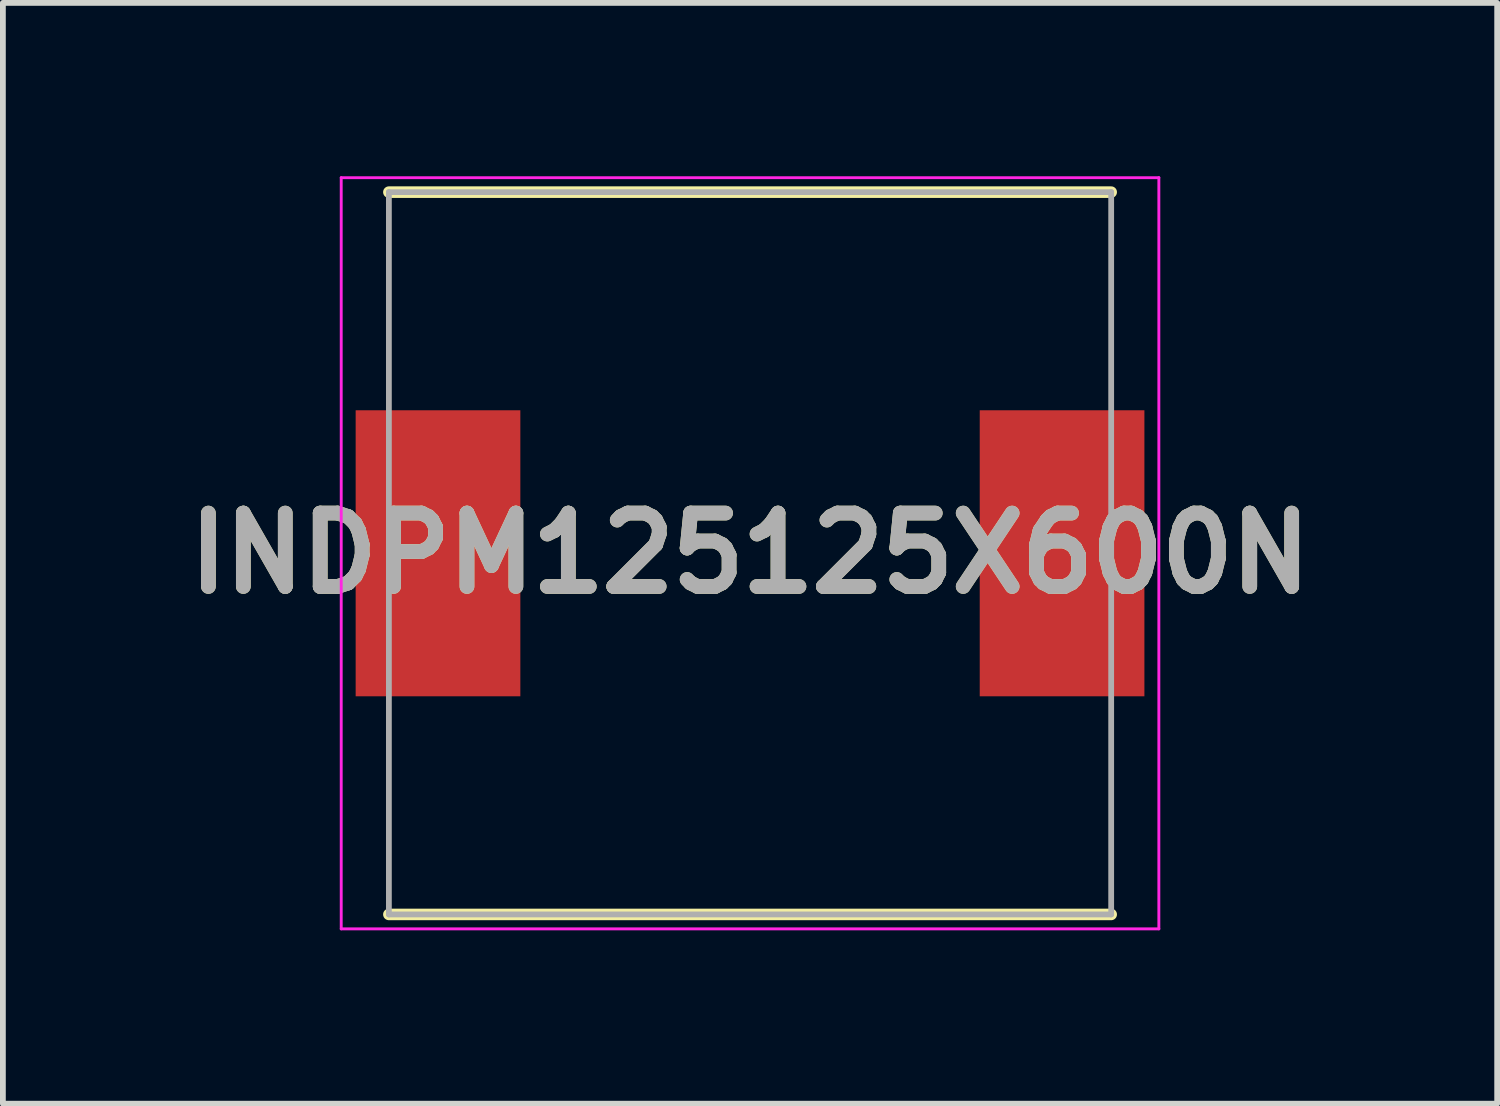
<source format=kicad_pcb>
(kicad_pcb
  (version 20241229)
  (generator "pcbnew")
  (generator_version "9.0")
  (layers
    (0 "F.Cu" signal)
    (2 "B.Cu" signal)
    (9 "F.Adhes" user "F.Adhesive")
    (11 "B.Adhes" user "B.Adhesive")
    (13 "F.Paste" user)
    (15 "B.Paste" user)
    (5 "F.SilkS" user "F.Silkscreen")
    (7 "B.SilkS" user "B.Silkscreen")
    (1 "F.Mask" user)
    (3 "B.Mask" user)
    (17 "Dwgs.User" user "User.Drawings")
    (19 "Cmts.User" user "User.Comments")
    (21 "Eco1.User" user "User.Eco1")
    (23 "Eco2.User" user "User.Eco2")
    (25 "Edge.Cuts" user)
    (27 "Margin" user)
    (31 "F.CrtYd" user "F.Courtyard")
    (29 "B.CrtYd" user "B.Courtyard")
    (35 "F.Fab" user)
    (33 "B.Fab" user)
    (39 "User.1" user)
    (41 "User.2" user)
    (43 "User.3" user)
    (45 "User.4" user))
  (footprint "INDPM125125X600N"
    (layer "F.Cu")
    (at 9.93 6.525)
    (property "Reference" "INDPM125125X600N" (at 0 0 0) (layer "F.SilkS") (effects (font (size 1.27 1.27) (thickness 0.254))))
    (attr smd)
    (fp_line (start -6.25 6.25) (end 6.25 6.25) (stroke (width 0.2) (type solid)) (layer "F.SilkS"))
    (fp_line (start 6.25 -6.25) (end -6.25 -6.25) (stroke (width 0.2) (type solid)) (layer "F.SilkS"))
    (fp_line (start -7.075 -6.5) (end 7.075 -6.5) (stroke (width 0.05) (type solid)) (layer "F.CrtYd"))
    (fp_line (start -7.075 6.5) (end -7.075 -6.5) (stroke (width 0.05) (type solid)) (layer "F.CrtYd"))
    (fp_line (start 7.075 -6.5) (end 7.075 6.5) (stroke (width 0.05) (type solid)) (layer "F.CrtYd"))
    (fp_line (start 7.075 6.5) (end -7.075 6.5) (stroke (width 0.05) (type solid)) (layer "F.CrtYd"))
    (fp_line (start -6.25 -6.25) (end 6.25 -6.25) (stroke (width 0.1) (type solid)) (layer "F.Fab"))
    (fp_line (start -6.25 6.25) (end -6.25 -6.25) (stroke (width 0.1) (type solid)) (layer "F.Fab"))
    (fp_line (start 6.25 -6.25) (end 6.25 6.25) (stroke (width 0.1) (type solid)) (layer "F.Fab"))
    (fp_line (start 6.25 6.25) (end -6.25 6.25) (stroke (width 0.1) (type solid)) (layer "F.Fab"))
    (fp_text user "${REFERENCE}" (at 0 0 0) (layer "F.Fab") (effects (font (size 1.27 1.27) (thickness 0.254))))
    (pad "1" smd rect (at -5.4 0) (size 2.85 4.95) (layers "F.Cu" "F.Mask" "F.Paste"))
    (pad "2" smd rect (at 5.4 0) (size 2.85 4.95) (layers "F.Cu" "F.Mask" "F.Paste")))
  (gr_rect
    (start -3 -3)
    (end 22.86 16.05)
    (stroke (width 0.1) (type default))
    (fill no)
    (layer "Edge.Cuts")))
</source>
